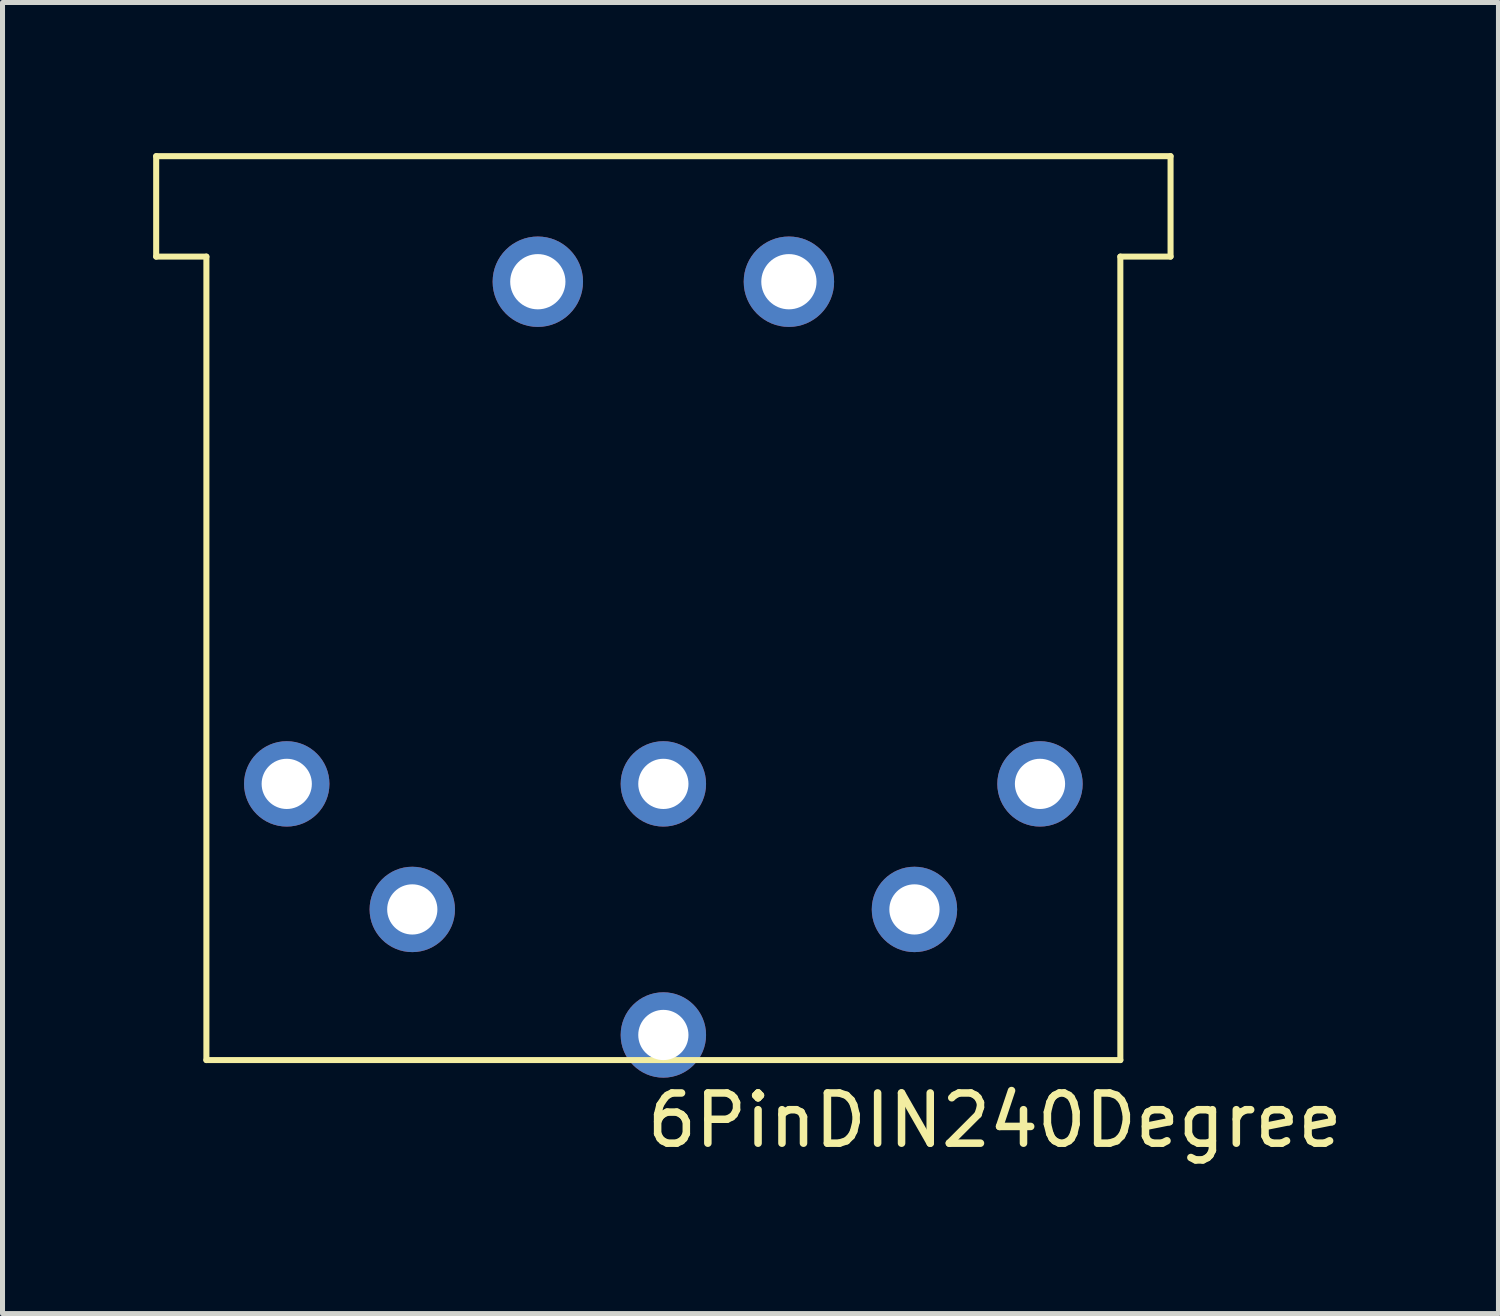
<source format=kicad_pcb>
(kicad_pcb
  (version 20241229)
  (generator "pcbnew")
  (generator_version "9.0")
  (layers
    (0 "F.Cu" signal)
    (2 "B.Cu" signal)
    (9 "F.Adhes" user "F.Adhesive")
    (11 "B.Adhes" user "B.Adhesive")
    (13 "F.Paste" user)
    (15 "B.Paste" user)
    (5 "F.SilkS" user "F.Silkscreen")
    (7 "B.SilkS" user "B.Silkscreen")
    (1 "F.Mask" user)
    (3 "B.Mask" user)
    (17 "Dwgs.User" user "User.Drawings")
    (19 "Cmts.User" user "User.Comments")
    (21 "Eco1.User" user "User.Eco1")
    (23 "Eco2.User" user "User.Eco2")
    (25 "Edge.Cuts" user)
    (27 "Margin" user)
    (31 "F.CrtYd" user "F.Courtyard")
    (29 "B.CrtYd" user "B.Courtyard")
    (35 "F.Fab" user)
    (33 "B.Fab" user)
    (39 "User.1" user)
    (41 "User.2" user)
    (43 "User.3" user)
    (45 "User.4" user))
  (footprint "6PinDIN240Degree"
    (layer "F.Cu")
    (at 10.16 12.56)
    (property "Reference" "6PinDIN240Degree" (at 6.6 6.7 0) (layer "F.SilkS") (effects (font (size 1 1) (thickness 0.15))))
    (attr through_hole)
    (fp_line (start -10.1 -12.5) (end -10.1 -10.5) (stroke (width 0.12) (type solid)) (layer "F.SilkS"))
    (fp_line (start -10.1 -12.5) (end 10.1 -12.5) (stroke (width 0.12) (type solid)) (layer "F.SilkS"))
    (fp_line (start -10.1 -10.5) (end -9.1 -10.5) (stroke (width 0.12) (type solid)) (layer "F.SilkS"))
    (fp_line (start -9.1 -10.5) (end -9.1 5.5) (stroke (width 0.12) (type solid)) (layer "F.SilkS"))
    (fp_line (start -9.1 5.5) (end 9.1 5.5) (stroke (width 0.12) (type solid)) (layer "F.SilkS"))
    (fp_line (start 9.1 -10.5) (end 9.1 5.5) (stroke (width 0.12) (type solid)) (layer "F.SilkS"))
    (fp_line (start 9.1 -10.5) (end 10.1 -10.5) (stroke (width 0.12) (type solid)) (layer "F.SilkS"))
    (fp_line (start 10.1 -12.5) (end 10.1 -10.5) (stroke (width 0.12) (type solid)) (layer "F.SilkS"))
    (pad "1" thru_hole circle (at -7.5 0) (size 1.7 1.7) (drill 1) (layers "*.Cu" "*.Mask"))
    (pad "2" thru_hole circle (at -5 2.5) (size 1.7 1.7) (drill 1) (layers "*.Cu" "*.Mask"))
    (pad "3" thru_hole circle (at 0 0) (size 1.7 1.7) (drill 1) (layers "*.Cu" "*.Mask"))
    (pad "4" thru_hole circle (at 5 2.5) (size 1.7 1.7) (drill 1) (layers "*.Cu" "*.Mask"))
    (pad "5" thru_hole circle (at 7.5 0) (size 1.7 1.7) (drill 1) (layers "*.Cu" "*.Mask"))
    (pad "6" thru_hole circle (at 0 5) (size 1.7 1.7) (drill 1) (layers "*.Cu" "*.Mask"))
    (pad "SH" thru_hole circle (at -2.5 -10) (size 1.8 1.8) (drill 1.1) (layers "*.Cu" "*.Mask"))
    (pad "SH" thru_hole circle (at 2.5 -10) (size 1.8 1.8) (drill 1.1) (layers "*.Cu" "*.Mask")))
  (gr_rect
    (start -3 -3)
    (end 26.79 23.108)
    (stroke (width 0.1) (type default))
    (fill no)
    (layer "Edge.Cuts")))
</source>
